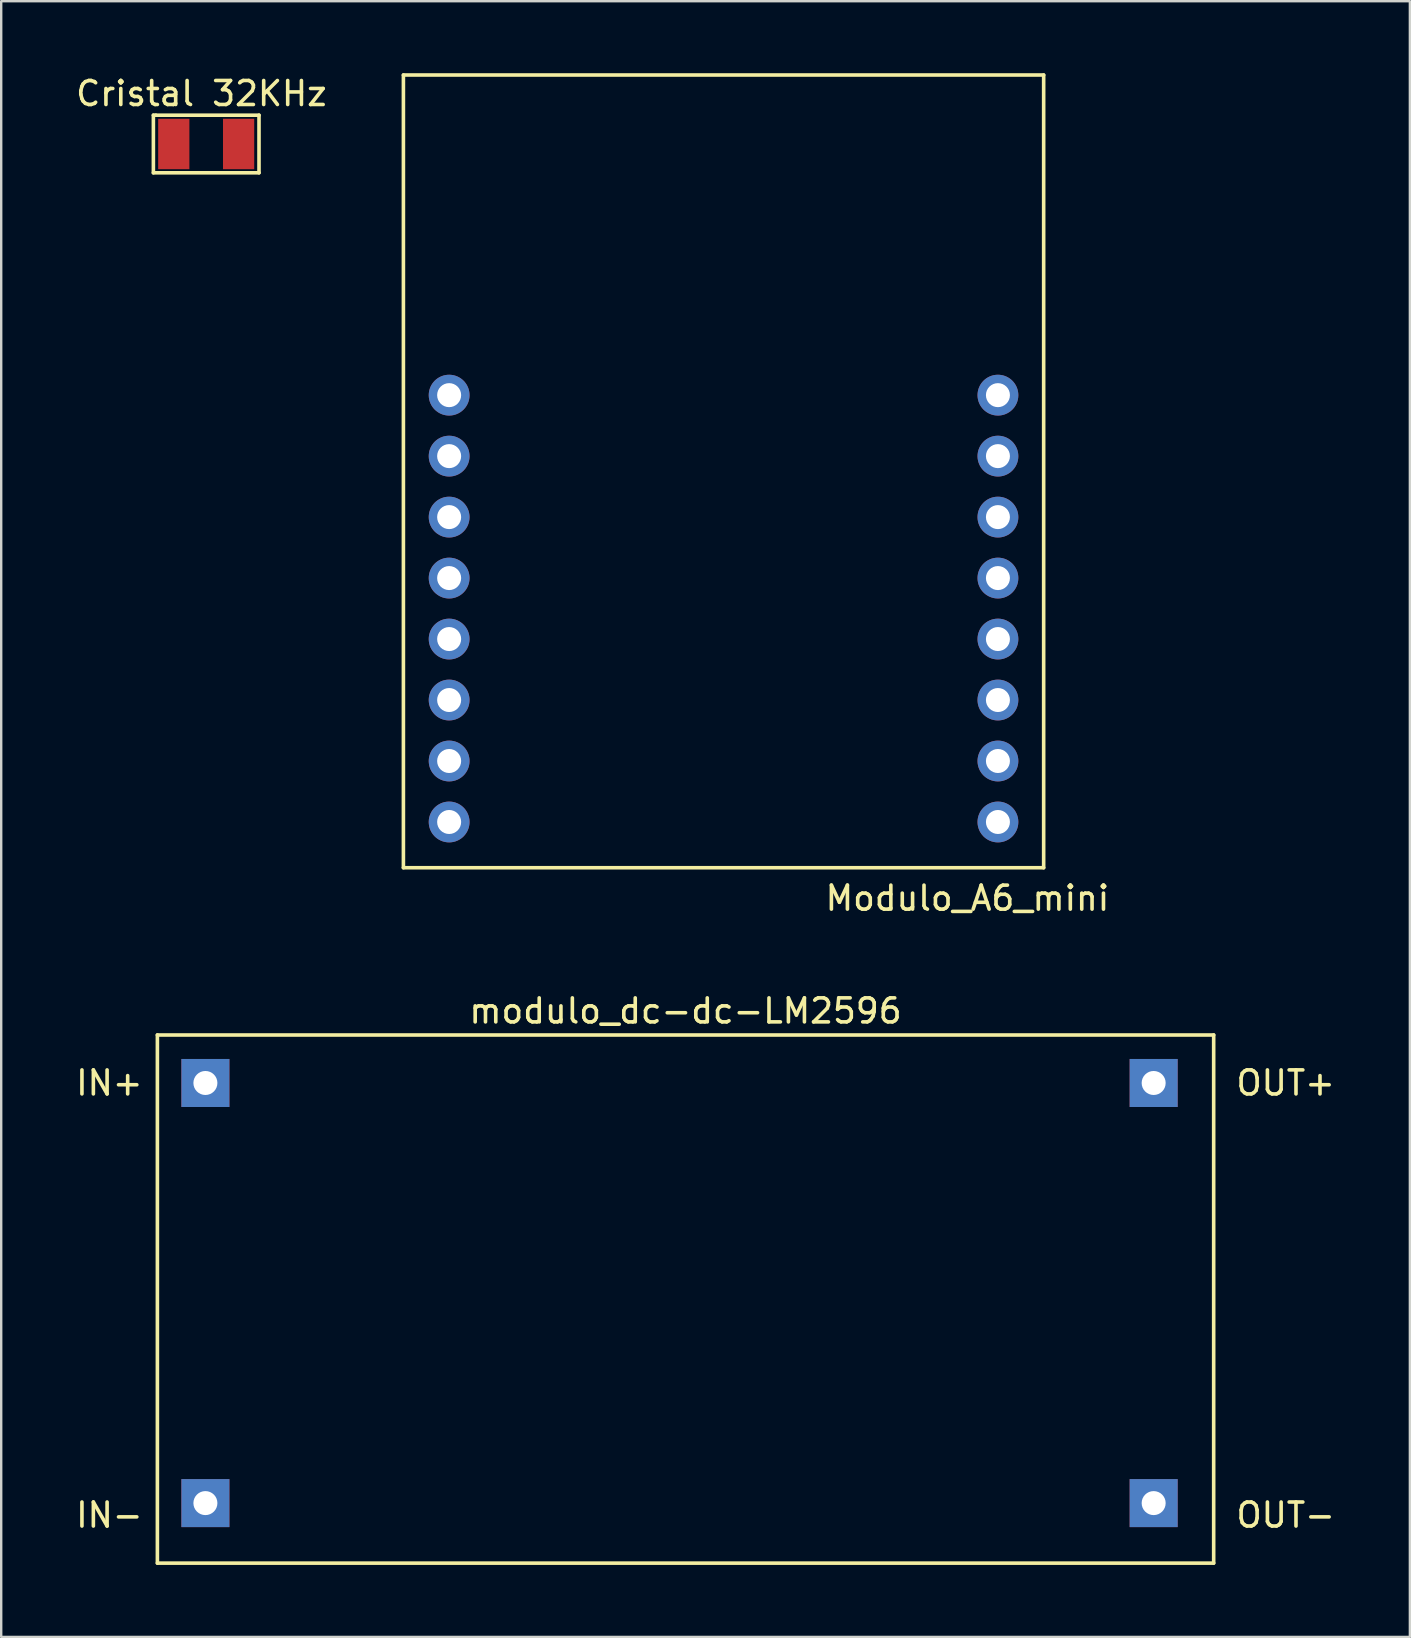
<source format=kicad_pcb>
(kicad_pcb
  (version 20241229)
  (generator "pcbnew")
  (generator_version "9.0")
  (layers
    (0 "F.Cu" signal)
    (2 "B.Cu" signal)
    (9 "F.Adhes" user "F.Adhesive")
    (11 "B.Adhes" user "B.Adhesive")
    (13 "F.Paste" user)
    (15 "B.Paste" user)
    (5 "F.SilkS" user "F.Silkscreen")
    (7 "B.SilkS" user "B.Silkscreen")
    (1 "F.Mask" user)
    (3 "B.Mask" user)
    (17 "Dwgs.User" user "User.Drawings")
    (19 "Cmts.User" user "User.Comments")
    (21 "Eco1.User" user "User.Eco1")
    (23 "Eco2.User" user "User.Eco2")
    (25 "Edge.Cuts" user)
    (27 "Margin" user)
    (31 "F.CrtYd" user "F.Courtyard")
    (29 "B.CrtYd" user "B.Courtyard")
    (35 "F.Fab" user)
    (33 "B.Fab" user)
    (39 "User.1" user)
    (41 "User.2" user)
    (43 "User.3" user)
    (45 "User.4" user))
  (footprint "Cristal 32KHz"
    (layer "F.Cu")
    (at 4.239 2.948)
    (property "Reference" "Cristal 32KHz" (at 1.1 -2.1 0) (layer "F.SilkS") (effects (font (size 1 1) (thickness 0.15))))
    (attr through_hole)
    (fp_line (start -0.9 -1.2) (end -0.8 -1.2) (stroke (width 0.15) (type solid)) (layer "F.SilkS"))
    (fp_line (start -0.9 1.2) (end -0.9 -1.2) (stroke (width 0.15) (type solid)) (layer "F.SilkS"))
    (fp_line (start -0.8 -1.2) (end 3.5 -1.2) (stroke (width 0.15) (type solid)) (layer "F.SilkS"))
    (fp_line (start 3.5 -1.2) (end 3.5 1.2) (stroke (width 0.15) (type solid)) (layer "F.SilkS"))
    (fp_line (start 3.5 1.2) (end -0.9 1.2) (stroke (width 0.15) (type solid)) (layer "F.SilkS"))
    (pad "1" smd rect (at -0.05 0) (size 1.3 2.1) (layers "F.Cu" "F.Mask" "F.Paste"))
    (pad "2" smd rect (at 2.65 0) (size 1.3 2.1) (layers "F.Cu" "F.Mask" "F.Paste")))
  (footprint "modulo_dc-dc-LM2596"
    (layer "F.Cu")
    (at 5.506 42.062)
    (property "Reference" "modulo_dc-dc-LM2596" (at 20 -3 0) (layer "F.SilkS") (effects (font (size 1 1) (thickness 0.15))))
    (attr through_hole)
    (fp_line (start -2 -2) (end 42 -2) (stroke (width 0.15) (type solid)) (layer "F.SilkS"))
    (fp_line (start -2 20) (end -2 -2) (stroke (width 0.15) (type solid)) (layer "F.SilkS"))
    (fp_line (start 42 -2) (end 42 20) (stroke (width 0.15) (type solid)) (layer "F.SilkS"))
    (fp_line (start 42 20) (end -2 20) (stroke (width 0.15) (type solid)) (layer "F.SilkS"))
    (fp_text user "IN-" (at -4 18 0) (layer "F.SilkS") (effects (font (size 1 1) (thickness 0.15))))
    (fp_text user "OUT-" (at 45 18 0) (layer "F.SilkS") (effects (font (size 1 1) (thickness 0.15))))
    (fp_text user "OUT+" (at 45 0 0) (layer "F.SilkS") (effects (font (size 1 1) (thickness 0.15))))
    (fp_text user "IN+" (at -4 0 0) (layer "F.SilkS") (effects (font (size 1 1) (thickness 0.15))))
    (pad "1" thru_hole rect (at 0 0) (size 2 2) (drill 1) (layers "*.Cu" "*.Mask"))
    (pad "2" thru_hole rect (at 0 17.5) (size 2 2) (drill 1) (layers "*.Cu" "*.Mask"))
    (pad "3" thru_hole rect (at 39.5 0) (size 2 2) (drill 1) (layers "*.Cu" "*.Mask"))
    (pad "4" thru_hole rect (at 39.5 17.5) (size 2 2) (drill 1) (layers "*.Cu" "*.Mask")))
  (footprint "Modulo_A6_mini"
    (layer "F.Cu")
    (at 15.659 13.41)
    (property "Reference" "Modulo_A6_mini" (at 21.59 20.955 0) (layer "F.SilkS") (effects (font (size 1 1) (thickness 0.15))))
    (attr through_hole)
    (fp_line (start -1.905 -13.335) (end -1.905 19.685) (stroke (width 0.15) (type solid)) (layer "F.SilkS"))
    (fp_line (start -1.905 19.685) (end 24.765 19.685) (stroke (width 0.15) (type solid)) (layer "F.SilkS"))
    (fp_line (start 24.765 -13.335) (end -1.905 -13.335) (stroke (width 0.15) (type solid)) (layer "F.SilkS"))
    (fp_line (start 24.765 19.685) (end 24.765 -13.335) (stroke (width 0.15) (type solid)) (layer "F.SilkS"))
    (pad "1" thru_hole circle (at 0 0) (size 1.7 1.7) (drill 1) (layers "*.Cu" "*.Mask"))
    (pad "2" thru_hole circle (at 0 2.54) (size 1.7 1.7) (drill 1) (layers "*.Cu" "*.Mask"))
    (pad "3" thru_hole circle (at 0 5.08) (size 1.7 1.7) (drill 1) (layers "*.Cu" "*.Mask"))
    (pad "4" thru_hole circle (at 0 7.62) (size 1.7 1.7) (drill 1) (layers "*.Cu" "*.Mask"))
    (pad "5" thru_hole circle (at 0 10.16) (size 1.7 1.7) (drill 1) (layers "*.Cu" "*.Mask"))
    (pad "6" thru_hole circle (at 0 12.7) (size 1.7 1.7) (drill 1) (layers "*.Cu" "*.Mask"))
    (pad "7" thru_hole circle (at 0 15.24) (size 1.7 1.7) (drill 1) (layers "*.Cu" "*.Mask"))
    (pad "8" thru_hole circle (at 0 17.78) (size 1.7 1.7) (drill 1) (layers "*.Cu" "*.Mask"))
    (pad "9" thru_hole circle (at 22.86 17.78) (size 1.7 1.7) (drill 1) (layers "*.Cu" "*.Mask"))
    (pad "10" thru_hole circle (at 22.86 15.24) (size 1.7 1.7) (drill 1) (layers "*.Cu" "*.Mask"))
    (pad "11" thru_hole circle (at 22.86 12.7) (size 1.7 1.7) (drill 1) (layers "*.Cu" "*.Mask"))
    (pad "12" thru_hole circle (at 22.86 10.16) (size 1.7 1.7) (drill 1) (layers "*.Cu" "*.Mask"))
    (pad "13" thru_hole circle (at 22.86 7.62) (size 1.7 1.7) (drill 1) (layers "*.Cu" "*.Mask"))
    (pad "14" thru_hole circle (at 22.86 5.08) (size 1.7 1.7) (drill 1) (layers "*.Cu" "*.Mask"))
    (pad "15" thru_hole circle (at 22.86 2.54) (size 1.7 1.7) (drill 1) (layers "*.Cu" "*.Mask"))
    (pad "16" thru_hole circle (at 22.86 0) (size 1.7 1.7) (drill 1) (layers "*.Cu" "*.Mask")))
  (gr_rect
    (start -3 -3)
    (end 55.679 65.136)
    (stroke (width 0.1) (type default))
    (fill no)
    (layer "Edge.Cuts")))
</source>
